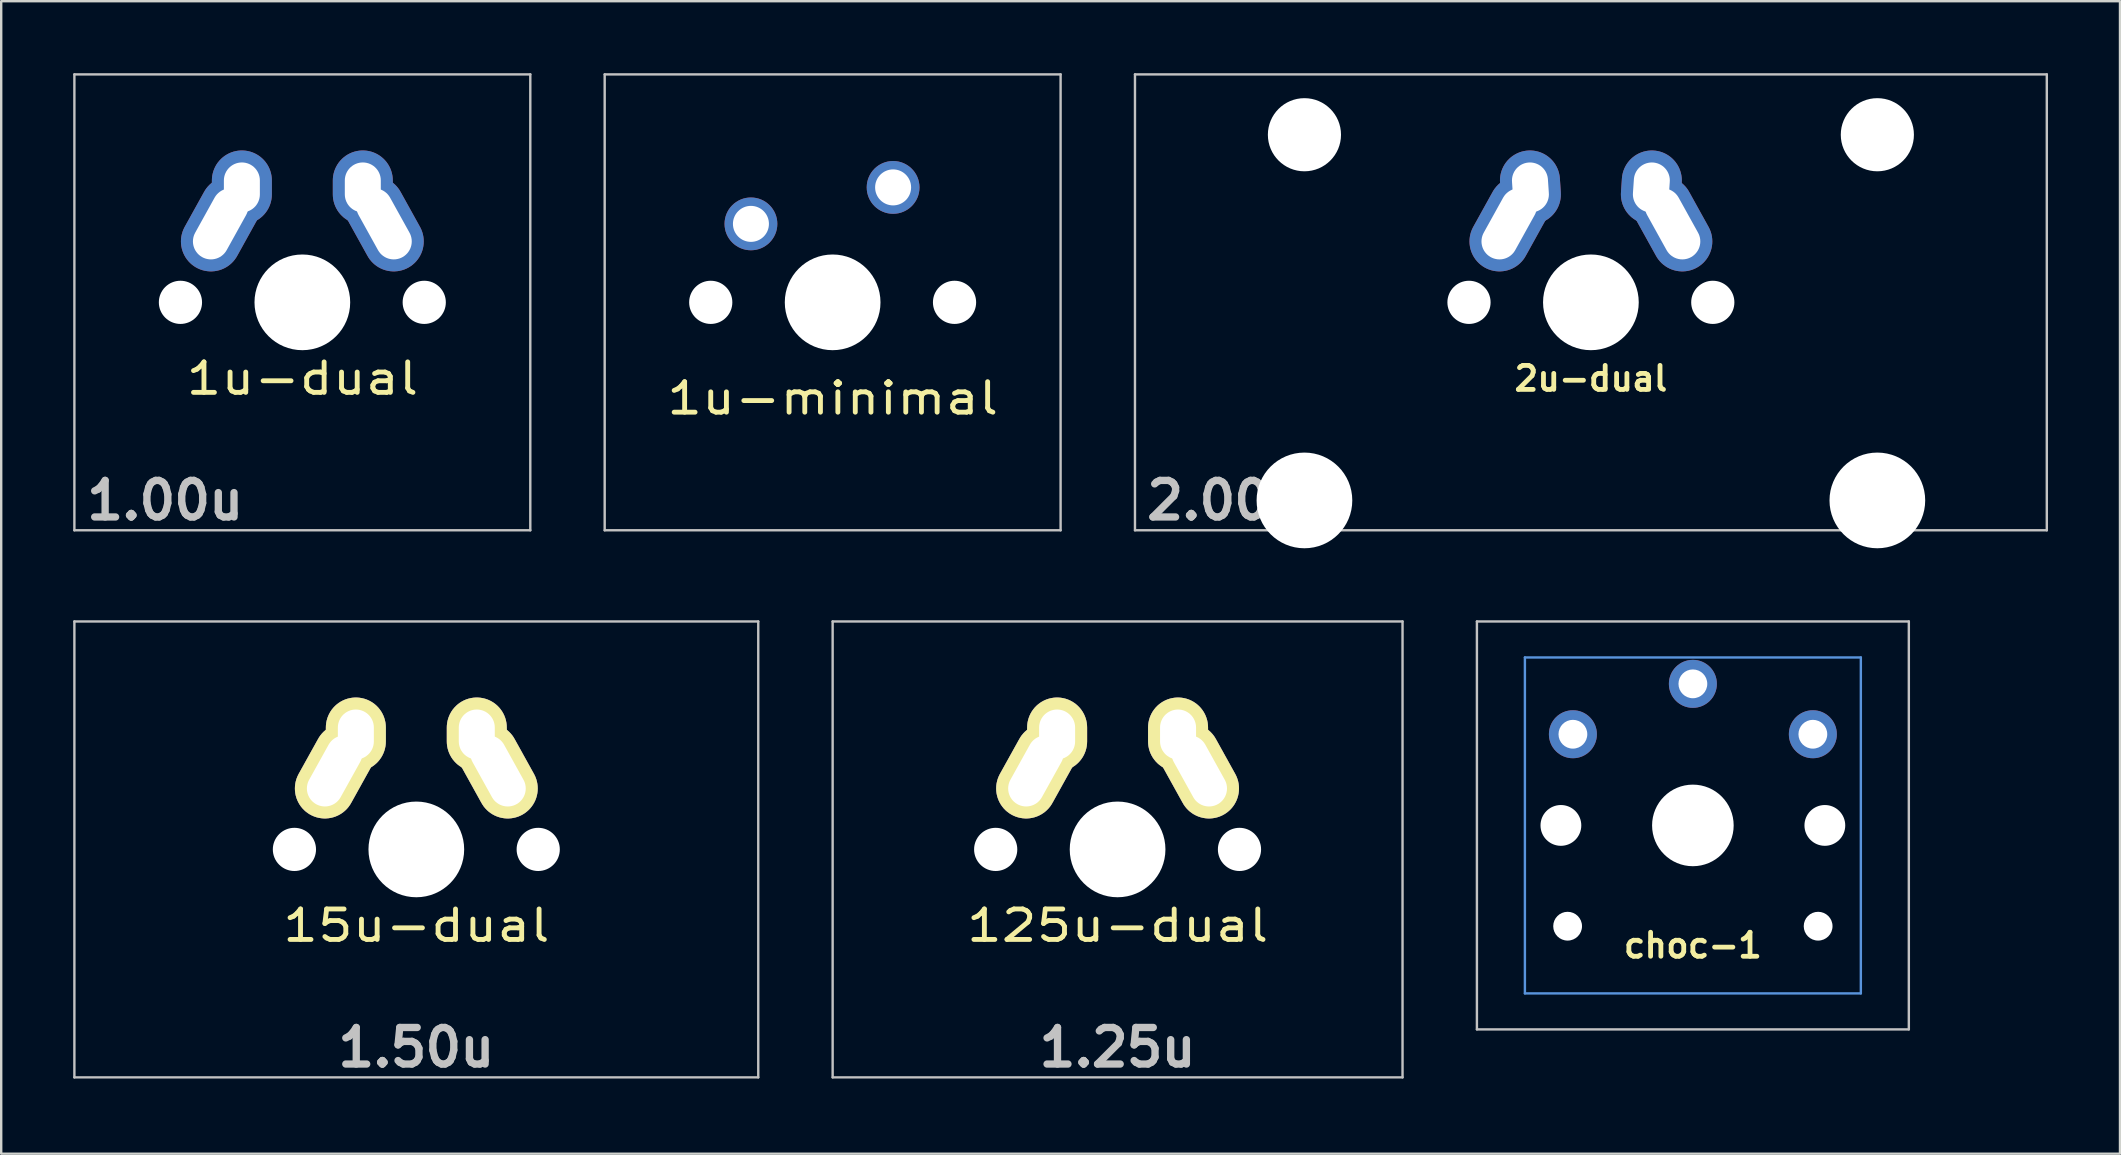
<source format=kicad_pcb>
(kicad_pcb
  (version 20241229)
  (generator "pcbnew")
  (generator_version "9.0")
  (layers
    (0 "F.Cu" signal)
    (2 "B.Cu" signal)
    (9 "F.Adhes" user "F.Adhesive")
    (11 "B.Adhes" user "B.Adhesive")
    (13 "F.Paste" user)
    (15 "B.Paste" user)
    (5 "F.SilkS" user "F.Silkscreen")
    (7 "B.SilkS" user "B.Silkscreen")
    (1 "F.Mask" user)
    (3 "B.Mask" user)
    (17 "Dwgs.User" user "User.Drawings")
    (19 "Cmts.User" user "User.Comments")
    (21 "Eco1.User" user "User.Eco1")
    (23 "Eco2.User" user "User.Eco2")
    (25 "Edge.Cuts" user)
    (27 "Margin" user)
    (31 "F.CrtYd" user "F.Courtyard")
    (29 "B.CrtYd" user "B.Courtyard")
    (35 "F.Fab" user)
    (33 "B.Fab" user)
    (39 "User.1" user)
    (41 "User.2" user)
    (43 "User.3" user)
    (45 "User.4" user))
  (footprint "125u-dual"
    (layer "F.Cu")
    (at 43.525 32.349)
    (property "Reference" "125u-dual" (at 0 3.175 0) (layer "F.SilkS") (effects (font (size 1.27 1.524) (thickness 0.203))))
    (attr through_hole)
    (fp_line (start -11.875 -9.5) (end 11.875 -9.5) (stroke (width 0.1) (type solid)) (layer "Dwgs.User"))
    (fp_line (start -11.875 9.5) (end -11.875 -9.5) (stroke (width 0.1) (type solid)) (layer "Dwgs.User"))
    (fp_line (start 11.875 -9.5) (end 11.875 9.5) (stroke (width 0.1) (type solid)) (layer "Dwgs.User"))
    (fp_line (start 11.875 9.5) (end -11.875 9.5) (stroke (width 0.1) (type solid)) (layer "Dwgs.User"))
    (fp_line (start -7 -7) (end 7 -7) (stroke (width 0.1) (type solid)) (layer "Eco2.User"))
    (fp_line (start -7 7) (end -7 -7) (stroke (width 0.1) (type solid)) (layer "Eco2.User"))
    (fp_line (start 7 -7) (end 7 7) (stroke (width 0.1) (type solid)) (layer "Eco2.User"))
    (fp_line (start 7 7) (end -7 7) (stroke (width 0.1) (type solid)) (layer "Eco2.User"))
    (fp_text user "1.25u" (at 0 8.255 0) (layer "Dwgs.User") (effects (font (size 1.524 1.524) (thickness 0.305))))
    (pad "" np_thru_hole circle (at -5.08 0) (size 1.8 1.8) (drill 1.8) (layers "*.Cu"))
    (pad "" np_thru_hole circle (at 0 0) (size 3.988 3.988) (drill 3.988) (layers "*.Cu"))
    (pad "" np_thru_hole circle (at 5.08 0) (size 1.8 1.8) (drill 1.8) (layers "*.Cu"))
    (pad "1" thru_hole oval (at -3.405 -3.27 330.95) (size 2.5 4.17) (drill oval 1.5 3.17) (layers "*.Cu" "*.Mask" "F.SilkS"))
    (pad "1" thru_hole oval (at -2.52 -4.79) (size 2.5 3.08) (drill oval 1.5 2.08) (layers "*.Cu" "*.Mask" "F.SilkS"))
    (pad "2" thru_hole oval (at 2.52 -4.79) (size 2.5 3.08) (drill oval 1.5 2.08) (layers "*.Cu" "*.Mask" "F.SilkS"))
    (pad "2" thru_hole oval (at 3.405 -3.27 29) (size 2.5 4.17) (drill oval 1.5 3.17) (layers "*.Cu" "*.Mask" "F.SilkS")))
  (footprint "choc-1"
    (layer "F.Cu")
    (at 67.5 31.349)
    (property "Reference" "choc-1" (at 0 5 180) (layer "F.SilkS") (effects (font (size 1 1) (thickness 0.2))))
    (attr through_hole)
    (fp_line (start -9 -8.5) (end 9 -8.5) (stroke (width 0.1) (type solid)) (layer "Dwgs.User"))
    (fp_line (start -9 8.5) (end -9 -8.5) (stroke (width 0.1) (type solid)) (layer "Dwgs.User"))
    (fp_line (start 9 -8.5) (end 9 8.5) (stroke (width 0.1) (type solid)) (layer "Dwgs.User"))
    (fp_line (start 9 8.5) (end -9 8.5) (stroke (width 0.1) (type solid)) (layer "Dwgs.User"))
    (fp_line (start -7 -7) (end 7 -7) (stroke (width 0.1) (type solid)) (layer "Cmts.User"))
    (fp_line (start -7 7) (end -7 -7) (stroke (width 0.1) (type solid)) (layer "Cmts.User"))
    (fp_line (start 7 -7) (end 7 7) (stroke (width 0.1) (type solid)) (layer "Cmts.User"))
    (fp_line (start 7 7) (end -7 7) (stroke (width 0.1) (type solid)) (layer "Cmts.User"))
    (pad "" np_thru_hole circle (at -5.5 0) (size 1.7 1.7) (drill 1.7) (layers "*.Cu" "*.Mask"))
    (pad "" np_thru_hole circle (at -5.22 4.2) (size 1.2 1.2) (drill 1.2) (layers "*.Cu" "*.Mask"))
    (pad "" np_thru_hole circle (at 0 0) (size 3.4 3.4) (drill 3.4) (layers "*.Cu" "*.Mask"))
    (pad "" np_thru_hole circle (at 5.22 4.2) (size 1.2 1.2) (drill 1.2) (layers "*.Cu" "*.Mask"))
    (pad "" np_thru_hole circle (at 5.5 0) (size 1.7 1.7) (drill 1.7) (layers "*.Cu" "*.Mask"))
    (pad "1" thru_hole circle (at 0 -5.9) (size 2 2) (drill 1.2) (layers "*.Cu" "*.Mask"))
    (pad "2" thru_hole circle (at -5 -3.8) (size 2 2) (drill 1.2) (layers "*.Cu" "*.Mask"))
    (pad "2" thru_hole circle (at 5 -3.8) (size 2 2) (drill 1.2) (layers "*.Cu" "*.Mask")))
  (footprint "1u-minimal"
    (layer "F.Cu")
    (at 31.65 9.55)
    (property "Reference" "1u-minimal" (at 0 4 0) (layer "F.SilkS") (effects (font (size 1.27 1.524) (thickness 0.203))))
    (attr through_hole)
    (fp_line (start -9.5 -9.5) (end 9.5 -9.5) (stroke (width 0.1) (type solid)) (layer "Dwgs.User"))
    (fp_line (start -9.5 9.5) (end -9.5 -9.5) (stroke (width 0.1) (type solid)) (layer "Dwgs.User"))
    (fp_line (start 9.5 -9.5) (end 9.5 9.5) (stroke (width 0.1) (type solid)) (layer "Dwgs.User"))
    (fp_line (start 9.5 9.5) (end -9.5 9.5) (stroke (width 0.1) (type solid)) (layer "Dwgs.User"))
    (pad "" np_thru_hole circle (at -5.08 0) (size 1.8 1.8) (drill 1.8) (layers "*.Cu" "*.Mask"))
    (pad "" np_thru_hole circle (at 0 0) (size 3.988 3.988) (drill 3.988) (layers "*.Cu" "*.Mask"))
    (pad "" np_thru_hole circle (at 5.08 0) (size 1.8 1.8) (drill 1.8) (layers "*.Cu" "*.Mask"))
    (pad "1" thru_hole circle (at -3.405 -3.27 29) (size 2.2 2.2) (drill 1.5) (layers "*.Cu" "*.Mask"))
    (pad "2" thru_hole circle (at 2.52 -4.79) (size 2.2 2.2) (drill 1.5) (layers "*.Cu" "*.Mask")))
  (footprint "2u-dual"
    (layer "F.Cu")
    (at 63.25 9.55)
    (property "Reference" "2u-dual" (at 0 3.175 0) (layer "F.SilkS") (effects (font (size 1 1) (thickness 0.2))))
    (attr through_hole)
    (fp_line (start -19 -9.5) (end 19 -9.5) (stroke (width 0.1) (type solid)) (layer "Dwgs.User"))
    (fp_line (start -19 9.5) (end -19 -9.5) (stroke (width 0.1) (type solid)) (layer "Dwgs.User"))
    (fp_line (start 19 -9.5) (end 19 9.5) (stroke (width 0.1) (type solid)) (layer "Dwgs.User"))
    (fp_line (start 19 9.5) (end -19 9.5) (stroke (width 0.1) (type solid)) (layer "Dwgs.User"))
    (fp_line (start -16.129 -2.286) (end -15.265 -2.286) (stroke (width 0.152) (type solid)) (layer "Eco2.User"))
    (fp_line (start -16.129 0.508) (end -16.129 -2.286) (stroke (width 0.152) (type solid)) (layer "Eco2.User"))
    (fp_line (start -15.265 -5.69) (end -8.611 -5.69) (stroke (width 0.152) (type solid)) (layer "Eco2.User"))
    (fp_line (start -15.265 -2.286) (end -15.265 -5.69) (stroke (width 0.152) (type solid)) (layer "Eco2.User"))
    (fp_line (start -15.265 0.508) (end -16.129 0.508) (stroke (width 0.152) (type solid)) (layer "Eco2.User"))
    (fp_line (start -15.265 6.604) (end -15.265 0.508) (stroke (width 0.152) (type solid)) (layer "Eco2.User"))
    (fp_line (start -14.224 6.604) (end -15.265 6.604) (stroke (width 0.152) (type solid)) (layer "Eco2.User"))
    (fp_line (start -14.224 7.772) (end -14.224 6.604) (stroke (width 0.152) (type solid)) (layer "Eco2.User"))
    (fp_line (start -9.652 6.604) (end -9.652 7.772) (stroke (width 0.152) (type solid)) (layer "Eco2.User"))
    (fp_line (start -9.652 7.772) (end -14.224 7.772) (stroke (width 0.152) (type solid)) (layer "Eco2.User"))
    (fp_line (start -8.611 -5.69) (end -8.611 -4.877) (stroke (width 0.152) (type solid)) (layer "Eco2.User"))
    (fp_line (start -8.611 -4.877) (end -6.985 -4.877) (stroke (width 0.152) (type solid)) (layer "Eco2.User"))
    (fp_line (start -8.611 5.817) (end -8.611 6.604) (stroke (width 0.152) (type solid)) (layer "Eco2.User"))
    (fp_line (start -8.611 6.604) (end -9.652 6.604) (stroke (width 0.152) (type solid)) (layer "Eco2.User"))
    (fp_line (start -6.985 -6.985) (end 6.985 -6.985) (stroke (width 0.152) (type solid)) (layer "Eco2.User"))
    (fp_line (start -6.985 -4.877) (end -6.985 -6.985) (stroke (width 0.152) (type solid)) (layer "Eco2.User"))
    (fp_line (start -6.985 5.817) (end -8.611 5.817) (stroke (width 0.152) (type solid)) (layer "Eco2.User"))
    (fp_line (start -6.985 6.985) (end -6.985 5.817) (stroke (width 0.152) (type solid)) (layer "Eco2.User"))
    (fp_line (start 6.985 -6.985) (end 6.985 -4.877) (stroke (width 0.152) (type solid)) (layer "Eco2.User"))
    (fp_line (start 6.985 -4.877) (end 8.611 -4.877) (stroke (width 0.152) (type solid)) (layer "Eco2.User"))
    (fp_line (start 6.985 5.817) (end 6.985 6.985) (stroke (width 0.152) (type solid)) (layer "Eco2.User"))
    (fp_line (start 6.985 6.985) (end -6.985 6.985) (stroke (width 0.152) (type solid)) (layer "Eco2.User"))
    (fp_line (start 8.611 -5.69) (end 15.265 -5.69) (stroke (width 0.152) (type solid)) (layer "Eco2.User"))
    (fp_line (start 8.611 -4.877) (end 8.611 -5.69) (stroke (width 0.152) (type solid)) (layer "Eco2.User"))
    (fp_line (start 8.611 5.817) (end 6.985 5.817) (stroke (width 0.152) (type solid)) (layer "Eco2.User"))
    (fp_line (start 8.611 6.604) (end 8.611 5.817) (stroke (width 0.152) (type solid)) (layer "Eco2.User"))
    (fp_line (start 9.652 6.604) (end 8.611 6.604) (stroke (width 0.152) (type solid)) (layer "Eco2.User"))
    (fp_line (start 9.652 7.772) (end 9.652 6.604) (stroke (width 0.152) (type solid)) (layer "Eco2.User"))
    (fp_line (start 14.224 6.604) (end 14.224 7.772) (stroke (width 0.152) (type solid)) (layer "Eco2.User"))
    (fp_line (start 14.224 7.772) (end 9.652 7.772) (stroke (width 0.152) (type solid)) (layer "Eco2.User"))
    (fp_line (start 15.265 -5.69) (end 15.265 -2.286) (stroke (width 0.152) (type solid)) (layer "Eco2.User"))
    (fp_line (start 15.265 -2.286) (end 16.129 -2.286) (stroke (width 0.152) (type solid)) (layer "Eco2.User"))
    (fp_line (start 15.265 0.508) (end 15.265 6.604) (stroke (width 0.152) (type solid)) (layer "Eco2.User"))
    (fp_line (start 15.265 6.604) (end 14.224 6.604) (stroke (width 0.152) (type solid)) (layer "Eco2.User"))
    (fp_line (start 16.129 -2.286) (end 16.129 0.508) (stroke (width 0.152) (type solid)) (layer "Eco2.User"))
    (fp_line (start 16.129 0.508) (end 15.265 0.508) (stroke (width 0.152) (type solid)) (layer "Eco2.User"))
    (fp_text user "2.00u" (at -15.24 8.255 0) (layer "Dwgs.User") (effects (font (size 1.524 1.524) (thickness 0.305))))
    (pad "" np_thru_hole circle (at -11.938 -6.985) (size 3.048 3.048) (drill 3.048) (layers "*.Cu" "*.Mask"))
    (pad "" np_thru_hole circle (at -11.938 8.255) (size 3.988 3.988) (drill 3.988) (layers "*.Cu" "*.Mask"))
    (pad "" np_thru_hole circle (at -5.08 0) (size 1.8 1.8) (drill 1.8) (layers "*.Cu" "*.Mask"))
    (pad "" np_thru_hole circle (at 0 0) (size 3.988 3.988) (drill 3.988) (layers "*.Cu" "*.Mask"))
    (pad "" np_thru_hole circle (at 5.08 0) (size 1.8 1.8) (drill 1.8) (layers "*.Cu" "*.Mask"))
    (pad "" np_thru_hole circle (at 11.938 -6.985) (size 3.048 3.048) (drill 3.048) (layers "*.Cu" "*.Mask"))
    (pad "" np_thru_hole circle (at 11.938 8.255) (size 3.988 3.988) (drill 3.988) (layers "*.Cu" "*.Mask"))
    (pad "1" thru_hole oval (at -3.405 -3.27 331) (size 2.5 4.17) (drill oval 1.5 3.17) (layers "*.Cu" "*.Mask"))
    (pad "1" thru_hole oval (at -2.52 -4.79 3.9) (size 2.5 3.08) (drill oval 1.5 2.08) (layers "*.Cu" "*.Mask"))
    (pad "2" thru_hole oval (at 2.52 -4.79 356.1) (size 2.5 3.08) (drill oval 1.5 2.08) (layers "*.Cu" "*.Mask"))
    (pad "2" thru_hole oval (at 3.405 -3.27 29) (size 2.5 4.17) (drill oval 1.5 3.17) (layers "*.Cu" "*.Mask")))
  (footprint "15u-dual"
    (layer "F.Cu")
    (at 14.3 32.349)
    (property "Reference" "15u-dual" (at 0 3.175 0) (layer "F.SilkS") (effects (font (size 1.27 1.524) (thickness 0.203))))
    (attr through_hole)
    (fp_line (start -14.25 -9.5) (end 14.25 -9.5) (stroke (width 0.1) (type solid)) (layer "Dwgs.User"))
    (fp_line (start -14.25 9.5) (end -14.25 -9.5) (stroke (width 0.1) (type solid)) (layer "Dwgs.User"))
    (fp_line (start 14.25 -9.5) (end 14.25 9.5) (stroke (width 0.1) (type solid)) (layer "Dwgs.User"))
    (fp_line (start 14.25 9.5) (end -14.25 9.5) (stroke (width 0.1) (type solid)) (layer "Dwgs.User"))
    (fp_line (start -7 -7) (end 7 -7) (stroke (width 0.1) (type solid)) (layer "Eco2.User"))
    (fp_line (start -7 7) (end -7 -7) (stroke (width 0.1) (type solid)) (layer "Eco2.User"))
    (fp_line (start 7 -7) (end 7 7) (stroke (width 0.1) (type solid)) (layer "Eco2.User"))
    (fp_line (start 7 7) (end -7 7) (stroke (width 0.1) (type solid)) (layer "Eco2.User"))
    (fp_text user "1.50u" (at 0 8.255 0) (layer "Dwgs.User") (effects (font (size 1.524 1.524) (thickness 0.305))))
    (pad "" np_thru_hole circle (at -5.08 0) (size 1.8 1.8) (drill 1.8) (layers "*.Cu"))
    (pad "" np_thru_hole circle (at 0 0) (size 3.988 3.988) (drill 3.988) (layers "*.Cu"))
    (pad "" np_thru_hole circle (at 5.08 0) (size 1.8 1.8) (drill 1.8) (layers "*.Cu"))
    (pad "1" thru_hole oval (at -3.405 -3.27 330.95) (size 2.5 4.17) (drill oval 1.5 3.17) (layers "*.Cu" "*.Mask" "F.SilkS"))
    (pad "1" thru_hole oval (at -2.52 -4.79) (size 2.5 3.08) (drill oval 1.5 2.08) (layers "*.Cu" "*.Mask" "F.SilkS"))
    (pad "2" thru_hole oval (at 2.52 -4.79) (size 2.5 3.08) (drill oval 1.5 2.08) (layers "*.Cu" "*.Mask" "F.SilkS"))
    (pad "2" thru_hole oval (at 3.405 -3.27 29) (size 2.5 4.17) (drill oval 1.5 3.17) (layers "*.Cu" "*.Mask" "F.SilkS")))
  (footprint "1u-dual"
    (layer "F.Cu")
    (at 9.55 9.55)
    (property "Reference" "1u-dual" (at 0 3.175 0) (layer "F.SilkS") (effects (font (size 1.27 1.524) (thickness 0.203))))
    (attr through_hole)
    (fp_line (start -9.5 -9.5) (end 9.5 -9.5) (stroke (width 0.1) (type solid)) (layer "Dwgs.User"))
    (fp_line (start -9.5 9.5) (end -9.5 -9.5) (stroke (width 0.1) (type solid)) (layer "Dwgs.User"))
    (fp_line (start 9.5 -9.5) (end 9.5 9.5) (stroke (width 0.1) (type solid)) (layer "Dwgs.User"))
    (fp_line (start 9.5 9.5) (end -9.5 9.5) (stroke (width 0.1) (type solid)) (layer "Dwgs.User"))
    (fp_line (start -7 -7) (end 7 -7) (stroke (width 0.1) (type solid)) (layer "Eco2.User"))
    (fp_line (start -7 7) (end -7 -7) (stroke (width 0.1) (type solid)) (layer "Eco2.User"))
    (fp_line (start 7 -7) (end 7 7) (stroke (width 0.1) (type solid)) (layer "Eco2.User"))
    (fp_line (start 7 7) (end -7 7) (stroke (width 0.1) (type solid)) (layer "Eco2.User"))
    (fp_text user "1.00u" (at -5.715 8.255 0) (layer "Dwgs.User") (effects (font (size 1.524 1.524) (thickness 0.305))))
    (pad "" np_thru_hole circle (at -5.08 0) (size 1.8 1.8) (drill 1.8) (layers "*.Cu" "*.Mask"))
    (pad "" np_thru_hole circle (at 0 0) (size 3.988 3.988) (drill 3.988) (layers "*.Cu" "*.Mask"))
    (pad "" np_thru_hole circle (at 5.08 0) (size 1.8 1.8) (drill 1.8) (layers "*.Cu" "*.Mask"))
    (pad "1" thru_hole oval (at -3.405 -3.27 331) (size 2.5 4.17) (drill oval 1.5 3.17) (layers "*.Cu" "*.Mask"))
    (pad "1" thru_hole oval (at -2.52 -4.79) (size 2.5 3.08) (drill oval 1.5 2.08) (layers "*.Cu" "*.Mask"))
    (pad "2" thru_hole oval (at 2.52 -4.79) (size 2.5 3.08) (drill oval 1.5 2.08) (layers "*.Cu" "*.Mask"))
    (pad "2" thru_hole oval (at 3.405 -3.27 29) (size 2.5 4.17) (drill oval 1.5 3.17) (layers "*.Cu" "*.Mask")))
  (gr_rect
    (start -3 -3)
    (end 85.3 45.03)
    (stroke (width 0.1) (type default))
    (fill no)
    (layer "Edge.Cuts")))
</source>
